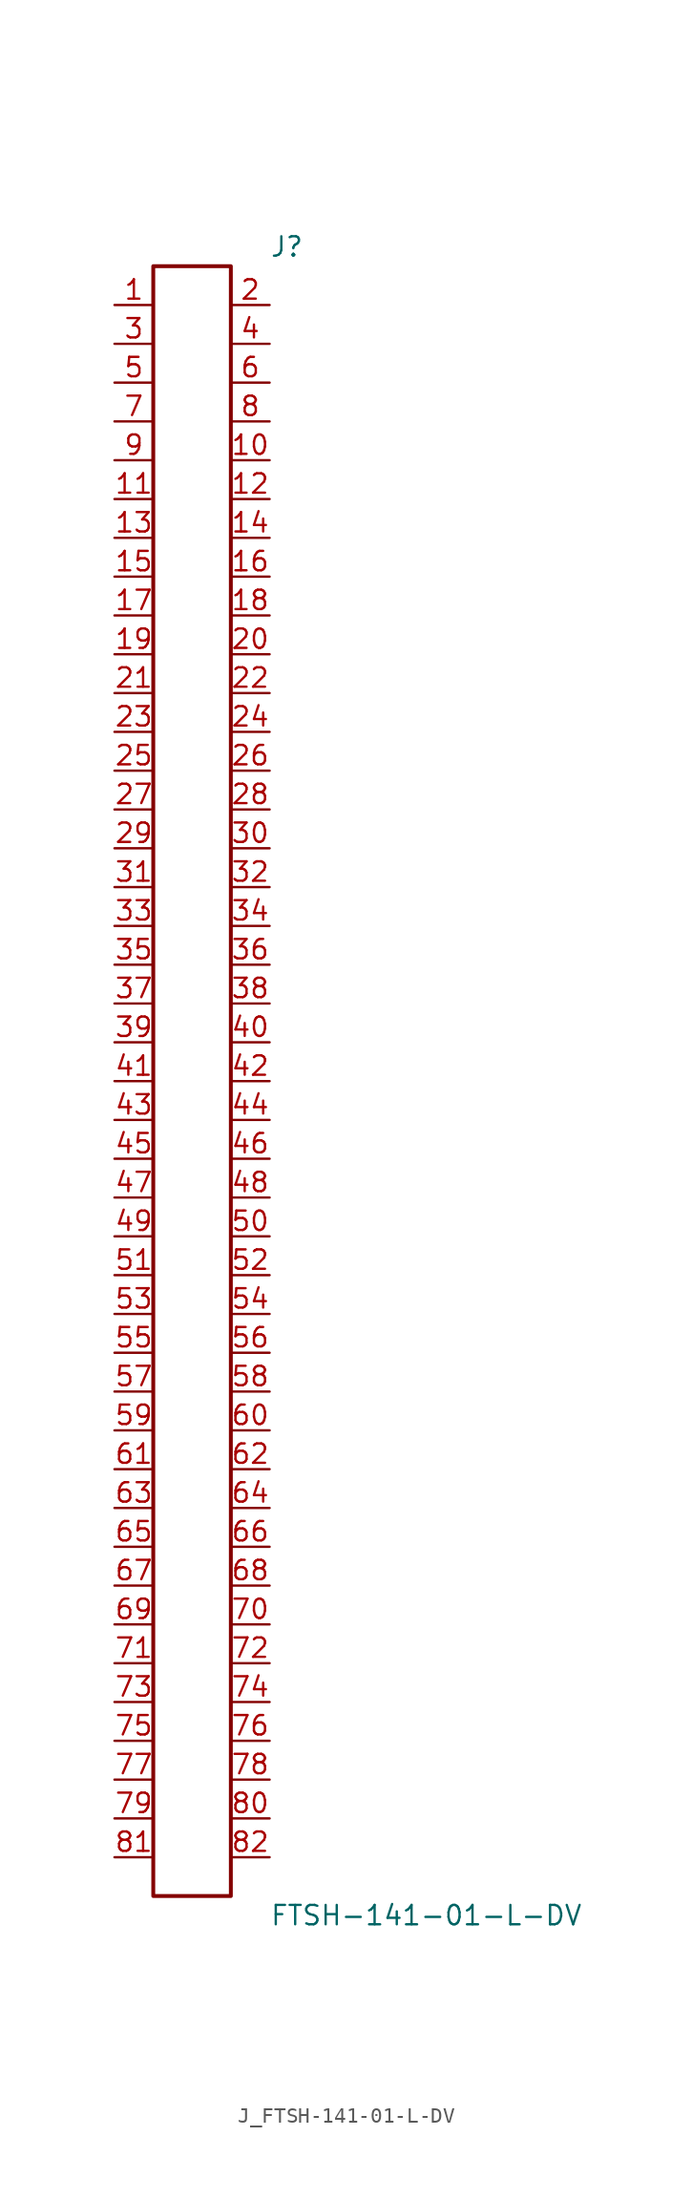
<source format=kicad_sym>
(kicad_symbol_lib
  (version 20231120)
  (generator kicad_symbol_editor)
  (generator_version 8.0)
  (symbol "J_FTSH-141-01-L-DV"
    (pin_names
      (offset 0.254))
    (property "Reference" "J"
      (at 5.08 54.61 0)
      (effects (font (size 1.27 1.27)) (justify left)))
    (property "Value" "FTSH-141-01-L-DV"
      (at 5.08 -54.61 0)
      (effects (font (size 1.27 1.27)) (justify left)))
    (symbol "J_FTSH-141-01-L-DV_0_0"
      (pin passive line (at -5.08 50.8 0) (length 2.54) (name "" (effects (font (size 1.27 1.27)))) (number "1" (effects (font (size 1.27 1.27)))))
      (pin passive line (at 5.08 50.8 180) (length 2.54) (name "" (effects (font (size 1.27 1.27)))) (number "2" (effects (font (size 1.27 1.27)))))
      (pin passive line (at -5.08 48.26 0) (length 2.54) (name "" (effects (font (size 1.27 1.27)))) (number "3" (effects (font (size 1.27 1.27)))))
      (pin passive line (at 5.08 48.26 180) (length 2.54) (name "" (effects (font (size 1.27 1.27)))) (number "4" (effects (font (size 1.27 1.27)))))
      (pin passive line (at -5.08 45.72 0) (length 2.54) (name "" (effects (font (size 1.27 1.27)))) (number "5" (effects (font (size 1.27 1.27)))))
      (pin passive line (at 5.08 45.72 180) (length 2.54) (name "" (effects (font (size 1.27 1.27)))) (number "6" (effects (font (size 1.27 1.27)))))
      (pin passive line (at -5.08 43.18 0) (length 2.54) (name "" (effects (font (size 1.27 1.27)))) (number "7" (effects (font (size 1.27 1.27)))))
      (pin passive line (at 5.08 43.18 180) (length 2.54) (name "" (effects (font (size 1.27 1.27)))) (number "8" (effects (font (size 1.27 1.27)))))
      (pin passive line (at -5.08 40.64 0) (length 2.54) (name "" (effects (font (size 1.27 1.27)))) (number "9" (effects (font (size 1.27 1.27)))))
      (pin passive line (at 5.08 40.64 180) (length 2.54) (name "" (effects (font (size 1.27 1.27)))) (number "10" (effects (font (size 1.27 1.27)))))
      (pin passive line (at -5.08 38.1 0) (length 2.54) (name "" (effects (font (size 1.27 1.27)))) (number "11" (effects (font (size 1.27 1.27)))))
      (pin passive line (at 5.08 38.1 180) (length 2.54) (name "" (effects (font (size 1.27 1.27)))) (number "12" (effects (font (size 1.27 1.27)))))
      (pin passive line (at -5.08 35.56 0) (length 2.54) (name "" (effects (font (size 1.27 1.27)))) (number "13" (effects (font (size 1.27 1.27)))))
      (pin passive line (at 5.08 35.56 180) (length 2.54) (name "" (effects (font (size 1.27 1.27)))) (number "14" (effects (font (size 1.27 1.27)))))
      (pin passive line (at -5.08 33.02 0) (length 2.54) (name "" (effects (font (size 1.27 1.27)))) (number "15" (effects (font (size 1.27 1.27)))))
      (pin passive line (at 5.08 33.02 180) (length 2.54) (name "" (effects (font (size 1.27 1.27)))) (number "16" (effects (font (size 1.27 1.27)))))
      (pin passive line (at -5.08 30.48 0) (length 2.54) (name "" (effects (font (size 1.27 1.27)))) (number "17" (effects (font (size 1.27 1.27)))))
      (pin passive line (at 5.08 30.48 180) (length 2.54) (name "" (effects (font (size 1.27 1.27)))) (number "18" (effects (font (size 1.27 1.27)))))
      (pin passive line (at -5.08 27.94 0) (length 2.54) (name "" (effects (font (size 1.27 1.27)))) (number "19" (effects (font (size 1.27 1.27)))))
      (pin passive line (at 5.08 27.94 180) (length 2.54) (name "" (effects (font (size 1.27 1.27)))) (number "20" (effects (font (size 1.27 1.27)))))
      (pin passive line (at -5.08 25.4 0) (length 2.54) (name "" (effects (font (size 1.27 1.27)))) (number "21" (effects (font (size 1.27 1.27)))))
      (pin passive line (at 5.08 25.4 180) (length 2.54) (name "" (effects (font (size 1.27 1.27)))) (number "22" (effects (font (size 1.27 1.27)))))
      (pin passive line (at -5.08 22.86 0) (length 2.54) (name "" (effects (font (size 1.27 1.27)))) (number "23" (effects (font (size 1.27 1.27)))))
      (pin passive line (at 5.08 22.86 180) (length 2.54) (name "" (effects (font (size 1.27 1.27)))) (number "24" (effects (font (size 1.27 1.27)))))
      (pin passive line (at -5.08 20.32 0) (length 2.54) (name "" (effects (font (size 1.27 1.27)))) (number "25" (effects (font (size 1.27 1.27)))))
      (pin passive line (at 5.08 20.32 180) (length 2.54) (name "" (effects (font (size 1.27 1.27)))) (number "26" (effects (font (size 1.27 1.27)))))
      (pin passive line (at -5.08 17.78 0) (length 2.54) (name "" (effects (font (size 1.27 1.27)))) (number "27" (effects (font (size 1.27 1.27)))))
      (pin passive line (at 5.08 17.78 180) (length 2.54) (name "" (effects (font (size 1.27 1.27)))) (number "28" (effects (font (size 1.27 1.27)))))
      (pin passive line (at -5.08 15.24 0) (length 2.54) (name "" (effects (font (size 1.27 1.27)))) (number "29" (effects (font (size 1.27 1.27)))))
      (pin passive line (at 5.08 15.24 180) (length 2.54) (name "" (effects (font (size 1.27 1.27)))) (number "30" (effects (font (size 1.27 1.27)))))
      (pin passive line (at -5.08 12.7 0) (length 2.54) (name "" (effects (font (size 1.27 1.27)))) (number "31" (effects (font (size 1.27 1.27)))))
      (pin passive line (at 5.08 12.7 180) (length 2.54) (name "" (effects (font (size 1.27 1.27)))) (number "32" (effects (font (size 1.27 1.27)))))
      (pin passive line (at -5.08 10.16 0) (length 2.54) (name "" (effects (font (size 1.27 1.27)))) (number "33" (effects (font (size 1.27 1.27)))))
      (pin passive line (at 5.08 10.16 180) (length 2.54) (name "" (effects (font (size 1.27 1.27)))) (number "34" (effects (font (size 1.27 1.27)))))
      (pin passive line (at -5.08 7.62 0) (length 2.54) (name "" (effects (font (size 1.27 1.27)))) (number "35" (effects (font (size 1.27 1.27)))))
      (pin passive line (at 5.08 7.62 180) (length 2.54) (name "" (effects (font (size 1.27 1.27)))) (number "36" (effects (font (size 1.27 1.27)))))
      (pin passive line (at -5.08 5.08 0) (length 2.54) (name "" (effects (font (size 1.27 1.27)))) (number "37" (effects (font (size 1.27 1.27)))))
      (pin passive line (at 5.08 5.08 180) (length 2.54) (name "" (effects (font (size 1.27 1.27)))) (number "38" (effects (font (size 1.27 1.27)))))
      (pin passive line (at -5.08 2.54 0) (length 2.54) (name "" (effects (font (size 1.27 1.27)))) (number "39" (effects (font (size 1.27 1.27)))))
      (pin passive line (at 5.08 2.54 180) (length 2.54) (name "" (effects (font (size 1.27 1.27)))) (number "40" (effects (font (size 1.27 1.27)))))
      (pin passive line (at -5.08 0.0 0) (length 2.54) (name "" (effects (font (size 1.27 1.27)))) (number "41" (effects (font (size 1.27 1.27)))))
      (pin passive line (at 5.08 0.0 180) (length 2.54) (name "" (effects (font (size 1.27 1.27)))) (number "42" (effects (font (size 1.27 1.27)))))
      (pin passive line (at -5.08 -2.54 0) (length 2.54) (name "" (effects (font (size 1.27 1.27)))) (number "43" (effects (font (size 1.27 1.27)))))
      (pin passive line (at 5.08 -2.54 180) (length 2.54) (name "" (effects (font (size 1.27 1.27)))) (number "44" (effects (font (size 1.27 1.27)))))
      (pin passive line (at -5.08 -5.08 0) (length 2.54) (name "" (effects (font (size 1.27 1.27)))) (number "45" (effects (font (size 1.27 1.27)))))
      (pin passive line (at 5.08 -5.08 180) (length 2.54) (name "" (effects (font (size 1.27 1.27)))) (number "46" (effects (font (size 1.27 1.27)))))
      (pin passive line (at -5.08 -7.62 0) (length 2.54) (name "" (effects (font (size 1.27 1.27)))) (number "47" (effects (font (size 1.27 1.27)))))
      (pin passive line (at 5.08 -7.62 180) (length 2.54) (name "" (effects (font (size 1.27 1.27)))) (number "48" (effects (font (size 1.27 1.27)))))
      (pin passive line (at -5.08 -10.16 0) (length 2.54) (name "" (effects (font (size 1.27 1.27)))) (number "49" (effects (font (size 1.27 1.27)))))
      (pin passive line (at 5.08 -10.16 180) (length 2.54) (name "" (effects (font (size 1.27 1.27)))) (number "50" (effects (font (size 1.27 1.27)))))
      (pin passive line (at -5.08 -12.7 0) (length 2.54) (name "" (effects (font (size 1.27 1.27)))) (number "51" (effects (font (size 1.27 1.27)))))
      (pin passive line (at 5.08 -12.7 180) (length 2.54) (name "" (effects (font (size 1.27 1.27)))) (number "52" (effects (font (size 1.27 1.27)))))
      (pin passive line (at -5.08 -15.24 0) (length 2.54) (name "" (effects (font (size 1.27 1.27)))) (number "53" (effects (font (size 1.27 1.27)))))
      (pin passive line (at 5.08 -15.24 180) (length 2.54) (name "" (effects (font (size 1.27 1.27)))) (number "54" (effects (font (size 1.27 1.27)))))
      (pin passive line (at -5.08 -17.78 0) (length 2.54) (name "" (effects (font (size 1.27 1.27)))) (number "55" (effects (font (size 1.27 1.27)))))
      (pin passive line (at 5.08 -17.78 180) (length 2.54) (name "" (effects (font (size 1.27 1.27)))) (number "56" (effects (font (size 1.27 1.27)))))
      (pin passive line (at -5.08 -20.32 0) (length 2.54) (name "" (effects (font (size 1.27 1.27)))) (number "57" (effects (font (size 1.27 1.27)))))
      (pin passive line (at 5.08 -20.32 180) (length 2.54) (name "" (effects (font (size 1.27 1.27)))) (number "58" (effects (font (size 1.27 1.27)))))
      (pin passive line (at -5.08 -22.86 0) (length 2.54) (name "" (effects (font (size 1.27 1.27)))) (number "59" (effects (font (size 1.27 1.27)))))
      (pin passive line (at 5.08 -22.86 180) (length 2.54) (name "" (effects (font (size 1.27 1.27)))) (number "60" (effects (font (size 1.27 1.27)))))
      (pin passive line (at -5.08 -25.4 0) (length 2.54) (name "" (effects (font (size 1.27 1.27)))) (number "61" (effects (font (size 1.27 1.27)))))
      (pin passive line (at 5.08 -25.4 180) (length 2.54) (name "" (effects (font (size 1.27 1.27)))) (number "62" (effects (font (size 1.27 1.27)))))
      (pin passive line (at -5.08 -27.94 0) (length 2.54) (name "" (effects (font (size 1.27 1.27)))) (number "63" (effects (font (size 1.27 1.27)))))
      (pin passive line (at 5.08 -27.94 180) (length 2.54) (name "" (effects (font (size 1.27 1.27)))) (number "64" (effects (font (size 1.27 1.27)))))
      (pin passive line (at -5.08 -30.48 0) (length 2.54) (name "" (effects (font (size 1.27 1.27)))) (number "65" (effects (font (size 1.27 1.27)))))
      (pin passive line (at 5.08 -30.48 180) (length 2.54) (name "" (effects (font (size 1.27 1.27)))) (number "66" (effects (font (size 1.27 1.27)))))
      (pin passive line (at -5.08 -33.02 0) (length 2.54) (name "" (effects (font (size 1.27 1.27)))) (number "67" (effects (font (size 1.27 1.27)))))
      (pin passive line (at 5.08 -33.02 180) (length 2.54) (name "" (effects (font (size 1.27 1.27)))) (number "68" (effects (font (size 1.27 1.27)))))
      (pin passive line (at -5.08 -35.56 0) (length 2.54) (name "" (effects (font (size 1.27 1.27)))) (number "69" (effects (font (size 1.27 1.27)))))
      (pin passive line (at 5.08 -35.56 180) (length 2.54) (name "" (effects (font (size 1.27 1.27)))) (number "70" (effects (font (size 1.27 1.27)))))
      (pin passive line (at -5.08 -38.1 0) (length 2.54) (name "" (effects (font (size 1.27 1.27)))) (number "71" (effects (font (size 1.27 1.27)))))
      (pin passive line (at 5.08 -38.1 180) (length 2.54) (name "" (effects (font (size 1.27 1.27)))) (number "72" (effects (font (size 1.27 1.27)))))
      (pin passive line (at -5.08 -40.64 0) (length 2.54) (name "" (effects (font (size 1.27 1.27)))) (number "73" (effects (font (size 1.27 1.27)))))
      (pin passive line (at 5.08 -40.64 180) (length 2.54) (name "" (effects (font (size 1.27 1.27)))) (number "74" (effects (font (size 1.27 1.27)))))
      (pin passive line (at -5.08 -43.18 0) (length 2.54) (name "" (effects (font (size 1.27 1.27)))) (number "75" (effects (font (size 1.27 1.27)))))
      (pin passive line (at 5.08 -43.18 180) (length 2.54) (name "" (effects (font (size 1.27 1.27)))) (number "76" (effects (font (size 1.27 1.27)))))
      (pin passive line (at -5.08 -45.72 0) (length 2.54) (name "" (effects (font (size 1.27 1.27)))) (number "77" (effects (font (size 1.27 1.27)))))
      (pin passive line (at 5.08 -45.72 180) (length 2.54) (name "" (effects (font (size 1.27 1.27)))) (number "78" (effects (font (size 1.27 1.27)))))
      (pin passive line (at -5.08 -48.26 0) (length 2.54) (name "" (effects (font (size 1.27 1.27)))) (number "79" (effects (font (size 1.27 1.27)))))
      (pin passive line (at 5.08 -48.26 180) (length 2.54) (name "" (effects (font (size 1.27 1.27)))) (number "80" (effects (font (size 1.27 1.27)))))
      (pin passive line (at -5.08 -50.8 0) (length 2.54) (name "" (effects (font (size 1.27 1.27)))) (number "81" (effects (font (size 1.27 1.27)))))
      (pin passive line (at 5.08 -50.8 180) (length 2.54) (name "" (effects (font (size 1.27 1.27)))) (number "82" (effects (font (size 1.27 1.27))))))
    (symbol "J_FTSH-141-01-L-DV_1_0"
      (rectangle (start -2.54 53.34) (end 2.54 -53.34) (stroke (width 0.254) (type solid)) (fill (type none))))))
</source>
